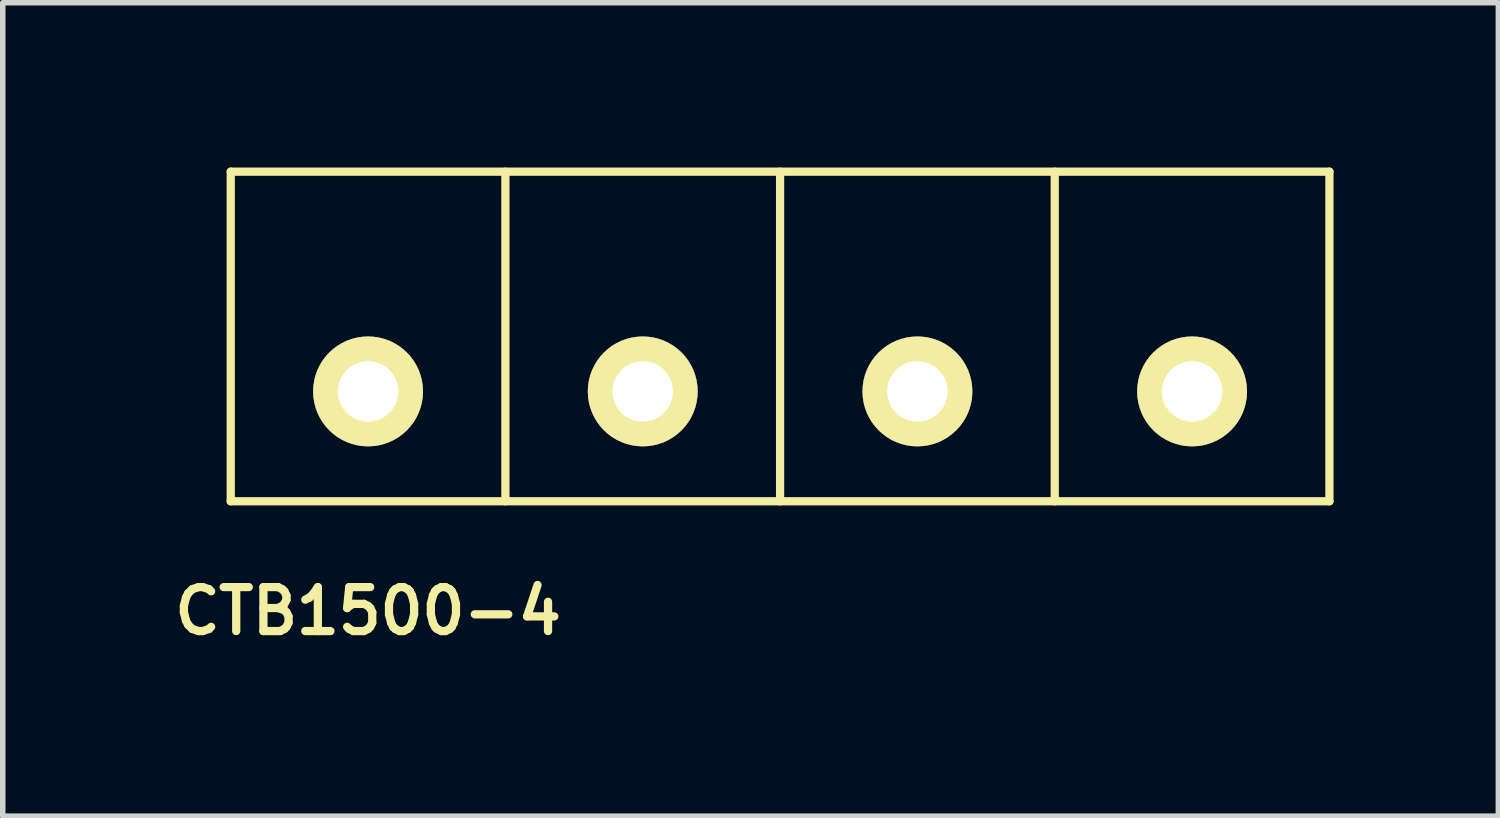
<source format=kicad_pcb>
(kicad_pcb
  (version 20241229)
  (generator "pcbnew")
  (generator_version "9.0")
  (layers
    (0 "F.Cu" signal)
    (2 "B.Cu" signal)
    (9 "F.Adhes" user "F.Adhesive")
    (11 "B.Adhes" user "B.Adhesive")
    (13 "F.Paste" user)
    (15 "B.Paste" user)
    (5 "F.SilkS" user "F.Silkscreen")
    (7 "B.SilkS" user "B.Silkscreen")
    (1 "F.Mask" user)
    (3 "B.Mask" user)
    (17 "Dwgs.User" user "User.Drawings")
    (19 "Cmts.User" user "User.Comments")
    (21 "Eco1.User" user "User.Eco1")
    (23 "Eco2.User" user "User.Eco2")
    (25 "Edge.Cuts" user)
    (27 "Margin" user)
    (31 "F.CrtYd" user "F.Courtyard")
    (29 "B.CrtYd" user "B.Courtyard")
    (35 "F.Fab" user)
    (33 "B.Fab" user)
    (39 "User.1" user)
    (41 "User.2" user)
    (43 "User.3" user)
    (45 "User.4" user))
  (footprint "CTB1500-4"
    (layer "F.Cu")
    (at 3.65 4.075)
    (property "Reference" "CTB1500-4" (at 0 4 0) (layer "F.SilkS") (effects (font (size 0.8 0.8) (thickness 0.15))))
    (attr through_hole)
    (fp_line (start -2.5 -4) (end -2.5 2) (stroke (width 0.15) (type solid)) (layer "F.SilkS"))
    (fp_line (start -2.5 2) (end 17.5 2) (stroke (width 0.15) (type solid)) (layer "F.SilkS"))
    (fp_line (start 2.5 -4) (end 2.5 2) (stroke (width 0.15) (type solid)) (layer "F.SilkS"))
    (fp_line (start 7.5 -4) (end 7.5 2) (stroke (width 0.15) (type solid)) (layer "F.SilkS"))
    (fp_line (start 12.5 -4) (end 12.5 2) (stroke (width 0.15) (type solid)) (layer "F.SilkS"))
    (fp_line (start 17.5 -4) (end -2.5 -4) (stroke (width 0.15) (type solid)) (layer "F.SilkS"))
    (fp_line (start 17.5 2) (end 17.5 -4) (stroke (width 0.15) (type solid)) (layer "F.SilkS"))
    (pad "1" thru_hole circle (at 0 0) (size 2 2) (drill 1.1) (layers "*.Cu" "*.Mask" "F.SilkS"))
    (pad "2" thru_hole circle (at 5 0) (size 2 2) (drill 1.1) (layers "*.Cu" "*.Mask" "F.SilkS"))
    (pad "3" thru_hole circle (at 10 0) (size 2 2) (drill 1.1) (layers "*.Cu" "*.Mask" "F.SilkS"))
    (pad "4" thru_hole circle (at 15 0) (size 2 2) (drill 1.1) (layers "*.Cu" "*.Mask" "F.SilkS")))
  (gr_rect
    (start -3 -3)
    (end 24.225 11.806)
    (stroke (width 0.1) (type default))
    (fill no)
    (layer "Edge.Cuts")))
</source>
